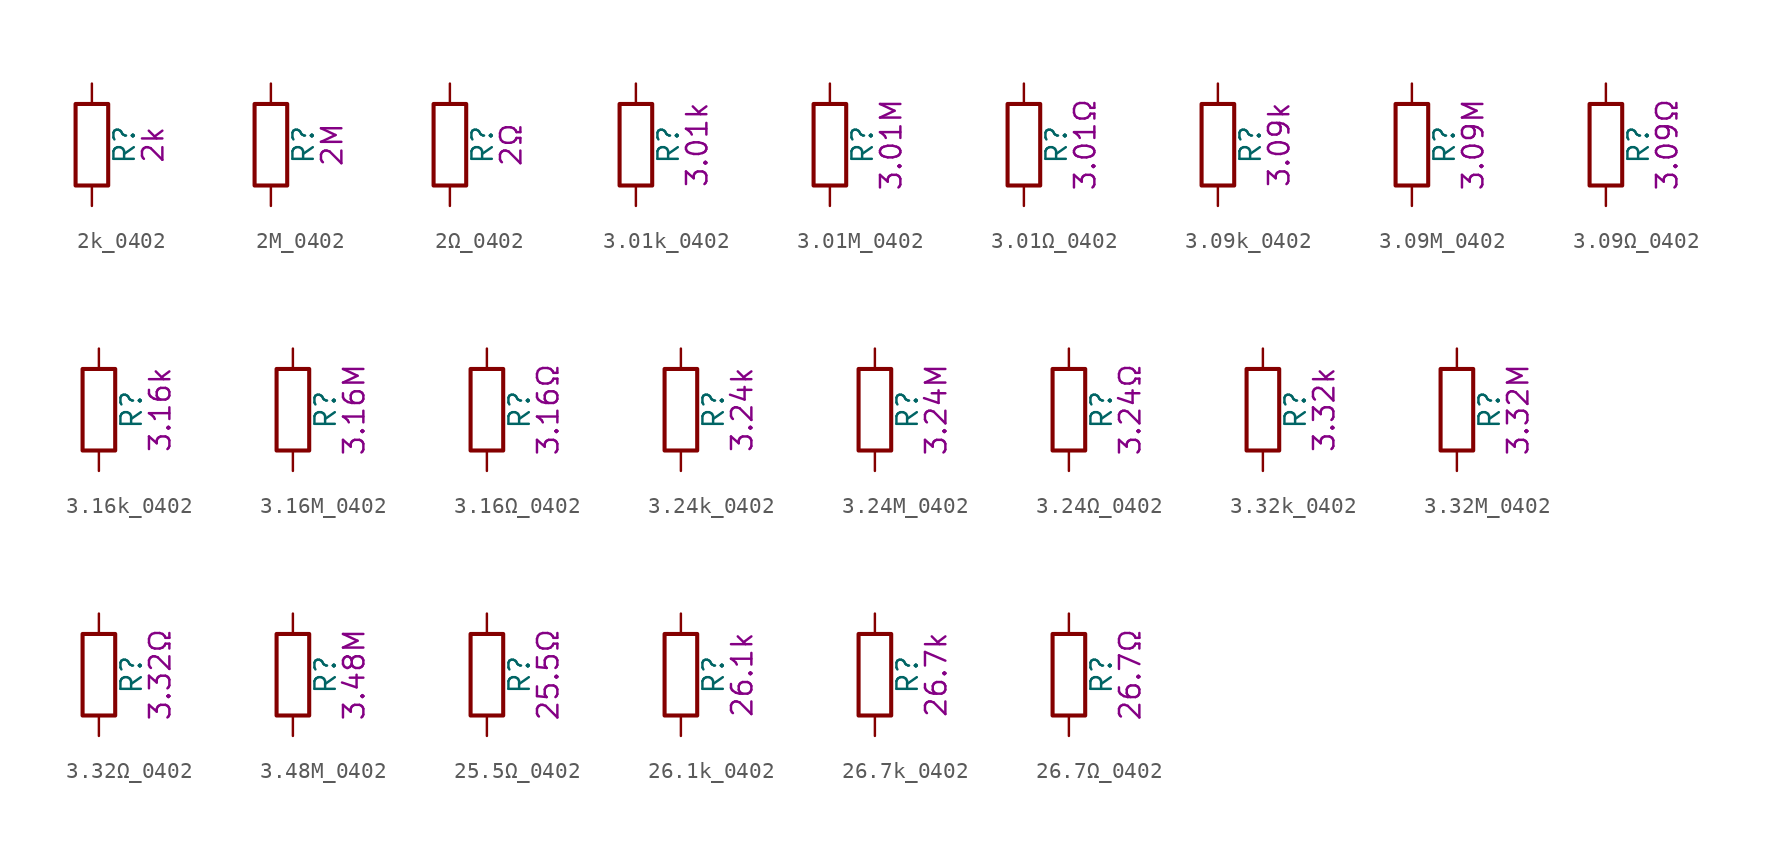
<source format=kicad_sym>
(kicad_symbol_lib
  (version 20211014)
  (generator kicad_symbol_editor)
  (symbol "2k_0402"
    (pin_numbers hide)
    (pin_names
      (offset 0))
    (property "Reference" "R"
      (at 2.032 0 90)
      (effects (font (size 1.27 1.27))))
    (property "Display" "2k"
      (at 3.81 0 90)
      (effects (font (size 1.27 1.27))))
    (symbol "2k_0402_0_1"
      (rectangle (start -1.016 -2.54) (end 1.016 2.54) (stroke (width 0.254) (type default) (color 0 0 0 0)) (fill (type none))))
    (symbol "2k_0402_1_1"
      (pin passive line (at 0 3.81 270) (length 1.27) (name "~" (effects (font (size 1.27 1.27)))) (number "1" (effects (font (size 1.27 1.27)))))
      (pin passive line (at 0 -3.81 90) (length 1.27) (name "~" (effects (font (size 1.27 1.27)))) (number "2" (effects (font (size 1.27 1.27)))))))
  (symbol "2M_0402"
    (pin_numbers hide)
    (pin_names
      (offset 0))
    (property "Reference" "R"
      (at 2.032 0 90)
      (effects (font (size 1.27 1.27))))
    (property "Display" "2M"
      (at 3.81 0 90)
      (effects (font (size 1.27 1.27))))
    (symbol "2M_0402_0_1"
      (rectangle (start -1.016 -2.54) (end 1.016 2.54) (stroke (width 0.254) (type default) (color 0 0 0 0)) (fill (type none))))
    (symbol "2M_0402_1_1"
      (pin passive line (at 0 3.81 270) (length 1.27) (name "~" (effects (font (size 1.27 1.27)))) (number "1" (effects (font (size 1.27 1.27)))))
      (pin passive line (at 0 -3.81 90) (length 1.27) (name "~" (effects (font (size 1.27 1.27)))) (number "2" (effects (font (size 1.27 1.27)))))))
  (symbol "2Ω_0402"
    (pin_numbers hide)
    (pin_names
      (offset 0))
    (property "Reference" "R"
      (at 2.032 0 90)
      (effects (font (size 1.27 1.27))))
    (property "Display" "2Ω"
      (at 3.81 0 90)
      (effects (font (size 1.27 1.27))))
    (symbol "2Ω_0402_0_1"
      (rectangle (start -1.016 -2.54) (end 1.016 2.54) (stroke (width 0.254) (type default) (color 0 0 0 0)) (fill (type none))))
    (symbol "2Ω_0402_1_1"
      (pin passive line (at 0 3.81 270) (length 1.27) (name "~" (effects (font (size 1.27 1.27)))) (number "1" (effects (font (size 1.27 1.27)))))
      (pin passive line (at 0 -3.81 90) (length 1.27) (name "~" (effects (font (size 1.27 1.27)))) (number "2" (effects (font (size 1.27 1.27)))))))
  (symbol "3.01k_0402"
    (pin_numbers hide)
    (pin_names
      (offset 0))
    (property "Reference" "R"
      (at 2.032 0 90)
      (effects (font (size 1.27 1.27))))
    (property "Display" "3.01k"
      (at 3.81 0 90)
      (effects (font (size 1.27 1.27))))
    (symbol "3.01k_0402_0_1"
      (rectangle (start -1.016 -2.54) (end 1.016 2.54) (stroke (width 0.254) (type default) (color 0 0 0 0)) (fill (type none))))
    (symbol "3.01k_0402_1_1"
      (pin passive line (at 0 3.81 270) (length 1.27) (name "~" (effects (font (size 1.27 1.27)))) (number "1" (effects (font (size 1.27 1.27)))))
      (pin passive line (at 0 -3.81 90) (length 1.27) (name "~" (effects (font (size 1.27 1.27)))) (number "2" (effects (font (size 1.27 1.27)))))))
  (symbol "3.01M_0402"
    (pin_numbers hide)
    (pin_names
      (offset 0))
    (property "Reference" "R"
      (at 2.032 0 90)
      (effects (font (size 1.27 1.27))))
    (property "Display" "3.01M"
      (at 3.81 0 90)
      (effects (font (size 1.27 1.27))))
    (symbol "3.01M_0402_0_1"
      (rectangle (start -1.016 -2.54) (end 1.016 2.54) (stroke (width 0.254) (type default) (color 0 0 0 0)) (fill (type none))))
    (symbol "3.01M_0402_1_1"
      (pin passive line (at 0 3.81 270) (length 1.27) (name "~" (effects (font (size 1.27 1.27)))) (number "1" (effects (font (size 1.27 1.27)))))
      (pin passive line (at 0 -3.81 90) (length 1.27) (name "~" (effects (font (size 1.27 1.27)))) (number "2" (effects (font (size 1.27 1.27)))))))
  (symbol "3.01Ω_0402"
    (pin_numbers hide)
    (pin_names
      (offset 0))
    (property "Reference" "R"
      (at 2.032 0 90)
      (effects (font (size 1.27 1.27))))
    (property "Display" "3.01Ω"
      (at 3.81 0 90)
      (effects (font (size 1.27 1.27))))
    (symbol "3.01Ω_0402_0_1"
      (rectangle (start -1.016 -2.54) (end 1.016 2.54) (stroke (width 0.254) (type default) (color 0 0 0 0)) (fill (type none))))
    (symbol "3.01Ω_0402_1_1"
      (pin passive line (at 0 3.81 270) (length 1.27) (name "~" (effects (font (size 1.27 1.27)))) (number "1" (effects (font (size 1.27 1.27)))))
      (pin passive line (at 0 -3.81 90) (length 1.27) (name "~" (effects (font (size 1.27 1.27)))) (number "2" (effects (font (size 1.27 1.27)))))))
  (symbol "3.09k_0402"
    (pin_numbers hide)
    (pin_names
      (offset 0))
    (property "Reference" "R"
      (at 2.032 0 90)
      (effects (font (size 1.27 1.27))))
    (property "Display" "3.09k"
      (at 3.81 0 90)
      (effects (font (size 1.27 1.27))))
    (symbol "3.09k_0402_0_1"
      (rectangle (start -1.016 -2.54) (end 1.016 2.54) (stroke (width 0.254) (type default) (color 0 0 0 0)) (fill (type none))))
    (symbol "3.09k_0402_1_1"
      (pin passive line (at 0 3.81 270) (length 1.27) (name "~" (effects (font (size 1.27 1.27)))) (number "1" (effects (font (size 1.27 1.27)))))
      (pin passive line (at 0 -3.81 90) (length 1.27) (name "~" (effects (font (size 1.27 1.27)))) (number "2" (effects (font (size 1.27 1.27)))))))
  (symbol "3.09M_0402"
    (pin_numbers hide)
    (pin_names
      (offset 0))
    (property "Reference" "R"
      (at 2.032 0 90)
      (effects (font (size 1.27 1.27))))
    (property "Display" "3.09M"
      (at 3.81 0 90)
      (effects (font (size 1.27 1.27))))
    (symbol "3.09M_0402_0_1"
      (rectangle (start -1.016 -2.54) (end 1.016 2.54) (stroke (width 0.254) (type default) (color 0 0 0 0)) (fill (type none))))
    (symbol "3.09M_0402_1_1"
      (pin passive line (at 0 3.81 270) (length 1.27) (name "~" (effects (font (size 1.27 1.27)))) (number "1" (effects (font (size 1.27 1.27)))))
      (pin passive line (at 0 -3.81 90) (length 1.27) (name "~" (effects (font (size 1.27 1.27)))) (number "2" (effects (font (size 1.27 1.27)))))))
  (symbol "3.09Ω_0402"
    (pin_numbers hide)
    (pin_names
      (offset 0))
    (property "Reference" "R"
      (at 2.032 0 90)
      (effects (font (size 1.27 1.27))))
    (property "Display" "3.09Ω"
      (at 3.81 0 90)
      (effects (font (size 1.27 1.27))))
    (symbol "3.09Ω_0402_0_1"
      (rectangle (start -1.016 -2.54) (end 1.016 2.54) (stroke (width 0.254) (type default) (color 0 0 0 0)) (fill (type none))))
    (symbol "3.09Ω_0402_1_1"
      (pin passive line (at 0 3.81 270) (length 1.27) (name "~" (effects (font (size 1.27 1.27)))) (number "1" (effects (font (size 1.27 1.27)))))
      (pin passive line (at 0 -3.81 90) (length 1.27) (name "~" (effects (font (size 1.27 1.27)))) (number "2" (effects (font (size 1.27 1.27)))))))
  (symbol "3.16k_0402"
    (pin_numbers hide)
    (pin_names
      (offset 0))
    (property "Reference" "R"
      (at 2.032 0 90)
      (effects (font (size 1.27 1.27))))
    (property "Display" "3.16k"
      (at 3.81 0 90)
      (effects (font (size 1.27 1.27))))
    (symbol "3.16k_0402_0_1"
      (rectangle (start -1.016 -2.54) (end 1.016 2.54) (stroke (width 0.254) (type default) (color 0 0 0 0)) (fill (type none))))
    (symbol "3.16k_0402_1_1"
      (pin passive line (at 0 3.81 270) (length 1.27) (name "~" (effects (font (size 1.27 1.27)))) (number "1" (effects (font (size 1.27 1.27)))))
      (pin passive line (at 0 -3.81 90) (length 1.27) (name "~" (effects (font (size 1.27 1.27)))) (number "2" (effects (font (size 1.27 1.27)))))))
  (symbol "3.16M_0402"
    (pin_numbers hide)
    (pin_names
      (offset 0))
    (property "Reference" "R"
      (at 2.032 0 90)
      (effects (font (size 1.27 1.27))))
    (property "Display" "3.16M"
      (at 3.81 0 90)
      (effects (font (size 1.27 1.27))))
    (symbol "3.16M_0402_0_1"
      (rectangle (start -1.016 -2.54) (end 1.016 2.54) (stroke (width 0.254) (type default) (color 0 0 0 0)) (fill (type none))))
    (symbol "3.16M_0402_1_1"
      (pin passive line (at 0 3.81 270) (length 1.27) (name "~" (effects (font (size 1.27 1.27)))) (number "1" (effects (font (size 1.27 1.27)))))
      (pin passive line (at 0 -3.81 90) (length 1.27) (name "~" (effects (font (size 1.27 1.27)))) (number "2" (effects (font (size 1.27 1.27)))))))
  (symbol "3.16Ω_0402"
    (pin_numbers hide)
    (pin_names
      (offset 0))
    (property "Reference" "R"
      (at 2.032 0 90)
      (effects (font (size 1.27 1.27))))
    (property "Display" "3.16Ω"
      (at 3.81 0 90)
      (effects (font (size 1.27 1.27))))
    (symbol "3.16Ω_0402_0_1"
      (rectangle (start -1.016 -2.54) (end 1.016 2.54) (stroke (width 0.254) (type default) (color 0 0 0 0)) (fill (type none))))
    (symbol "3.16Ω_0402_1_1"
      (pin passive line (at 0 3.81 270) (length 1.27) (name "~" (effects (font (size 1.27 1.27)))) (number "1" (effects (font (size 1.27 1.27)))))
      (pin passive line (at 0 -3.81 90) (length 1.27) (name "~" (effects (font (size 1.27 1.27)))) (number "2" (effects (font (size 1.27 1.27)))))))
  (symbol "3.24k_0402"
    (pin_numbers hide)
    (pin_names
      (offset 0))
    (property "Reference" "R"
      (at 2.032 0 90)
      (effects (font (size 1.27 1.27))))
    (property "Display" "3.24k"
      (at 3.81 0 90)
      (effects (font (size 1.27 1.27))))
    (symbol "3.24k_0402_0_1"
      (rectangle (start -1.016 -2.54) (end 1.016 2.54) (stroke (width 0.254) (type default) (color 0 0 0 0)) (fill (type none))))
    (symbol "3.24k_0402_1_1"
      (pin passive line (at 0 3.81 270) (length 1.27) (name "~" (effects (font (size 1.27 1.27)))) (number "1" (effects (font (size 1.27 1.27)))))
      (pin passive line (at 0 -3.81 90) (length 1.27) (name "~" (effects (font (size 1.27 1.27)))) (number "2" (effects (font (size 1.27 1.27)))))))
  (symbol "3.24M_0402"
    (pin_numbers hide)
    (pin_names
      (offset 0))
    (property "Reference" "R"
      (at 2.032 0 90)
      (effects (font (size 1.27 1.27))))
    (property "Display" "3.24M"
      (at 3.81 0 90)
      (effects (font (size 1.27 1.27))))
    (symbol "3.24M_0402_0_1"
      (rectangle (start -1.016 -2.54) (end 1.016 2.54) (stroke (width 0.254) (type default) (color 0 0 0 0)) (fill (type none))))
    (symbol "3.24M_0402_1_1"
      (pin passive line (at 0 3.81 270) (length 1.27) (name "~" (effects (font (size 1.27 1.27)))) (number "1" (effects (font (size 1.27 1.27)))))
      (pin passive line (at 0 -3.81 90) (length 1.27) (name "~" (effects (font (size 1.27 1.27)))) (number "2" (effects (font (size 1.27 1.27)))))))
  (symbol "3.24Ω_0402"
    (pin_numbers hide)
    (pin_names
      (offset 0))
    (property "Reference" "R"
      (at 2.032 0 90)
      (effects (font (size 1.27 1.27))))
    (property "Display" "3.24Ω"
      (at 3.81 0 90)
      (effects (font (size 1.27 1.27))))
    (symbol "3.24Ω_0402_0_1"
      (rectangle (start -1.016 -2.54) (end 1.016 2.54) (stroke (width 0.254) (type default) (color 0 0 0 0)) (fill (type none))))
    (symbol "3.24Ω_0402_1_1"
      (pin passive line (at 0 3.81 270) (length 1.27) (name "~" (effects (font (size 1.27 1.27)))) (number "1" (effects (font (size 1.27 1.27)))))
      (pin passive line (at 0 -3.81 90) (length 1.27) (name "~" (effects (font (size 1.27 1.27)))) (number "2" (effects (font (size 1.27 1.27)))))))
  (symbol "3.32k_0402"
    (pin_numbers hide)
    (pin_names
      (offset 0))
    (property "Reference" "R"
      (at 2.032 0 90)
      (effects (font (size 1.27 1.27))))
    (property "Display" "3.32k"
      (at 3.81 0 90)
      (effects (font (size 1.27 1.27))))
    (symbol "3.32k_0402_0_1"
      (rectangle (start -1.016 -2.54) (end 1.016 2.54) (stroke (width 0.254) (type default) (color 0 0 0 0)) (fill (type none))))
    (symbol "3.32k_0402_1_1"
      (pin passive line (at 0 3.81 270) (length 1.27) (name "~" (effects (font (size 1.27 1.27)))) (number "1" (effects (font (size 1.27 1.27)))))
      (pin passive line (at 0 -3.81 90) (length 1.27) (name "~" (effects (font (size 1.27 1.27)))) (number "2" (effects (font (size 1.27 1.27)))))))
  (symbol "3.32M_0402"
    (pin_numbers hide)
    (pin_names
      (offset 0))
    (property "Reference" "R"
      (at 2.032 0 90)
      (effects (font (size 1.27 1.27))))
    (property "Display" "3.32M"
      (at 3.81 0 90)
      (effects (font (size 1.27 1.27))))
    (symbol "3.32M_0402_0_1"
      (rectangle (start -1.016 -2.54) (end 1.016 2.54) (stroke (width 0.254) (type default) (color 0 0 0 0)) (fill (type none))))
    (symbol "3.32M_0402_1_1"
      (pin passive line (at 0 3.81 270) (length 1.27) (name "~" (effects (font (size 1.27 1.27)))) (number "1" (effects (font (size 1.27 1.27)))))
      (pin passive line (at 0 -3.81 90) (length 1.27) (name "~" (effects (font (size 1.27 1.27)))) (number "2" (effects (font (size 1.27 1.27)))))))
  (symbol "3.32Ω_0402"
    (pin_numbers hide)
    (pin_names
      (offset 0))
    (property "Reference" "R"
      (at 2.032 0 90)
      (effects (font (size 1.27 1.27))))
    (property "Display" "3.32Ω"
      (at 3.81 0 90)
      (effects (font (size 1.27 1.27))))
    (symbol "3.32Ω_0402_0_1"
      (rectangle (start -1.016 -2.54) (end 1.016 2.54) (stroke (width 0.254) (type default) (color 0 0 0 0)) (fill (type none))))
    (symbol "3.32Ω_0402_1_1"
      (pin passive line (at 0 3.81 270) (length 1.27) (name "~" (effects (font (size 1.27 1.27)))) (number "1" (effects (font (size 1.27 1.27)))))
      (pin passive line (at 0 -3.81 90) (length 1.27) (name "~" (effects (font (size 1.27 1.27)))) (number "2" (effects (font (size 1.27 1.27)))))))
  (symbol "3.48M_0402"
    (pin_numbers hide)
    (pin_names
      (offset 0))
    (property "Reference" "R"
      (at 2.032 0 90)
      (effects (font (size 1.27 1.27))))
    (property "Display" "3.48M"
      (at 3.81 0 90)
      (effects (font (size 1.27 1.27))))
    (symbol "3.48M_0402_0_1"
      (rectangle (start -1.016 -2.54) (end 1.016 2.54) (stroke (width 0.254) (type default) (color 0 0 0 0)) (fill (type none))))
    (symbol "3.48M_0402_1_1"
      (pin passive line (at 0 3.81 270) (length 1.27) (name "~" (effects (font (size 1.27 1.27)))) (number "1" (effects (font (size 1.27 1.27)))))
      (pin passive line (at 0 -3.81 90) (length 1.27) (name "~" (effects (font (size 1.27 1.27)))) (number "2" (effects (font (size 1.27 1.27)))))))
  (symbol "25.5Ω_0402"
    (pin_numbers hide)
    (pin_names
      (offset 0))
    (property "Reference" "R"
      (at 2.032 0 90)
      (effects (font (size 1.27 1.27))))
    (property "Display" "25.5Ω"
      (at 3.81 0 90)
      (effects (font (size 1.27 1.27))))
    (symbol "25.5Ω_0402_0_1"
      (rectangle (start -1.016 -2.54) (end 1.016 2.54) (stroke (width 0.254) (type default) (color 0 0 0 0)) (fill (type none))))
    (symbol "25.5Ω_0402_1_1"
      (pin passive line (at 0 3.81 270) (length 1.27) (name "~" (effects (font (size 1.27 1.27)))) (number "1" (effects (font (size 1.27 1.27)))))
      (pin passive line (at 0 -3.81 90) (length 1.27) (name "~" (effects (font (size 1.27 1.27)))) (number "2" (effects (font (size 1.27 1.27)))))))
  (symbol "26.1k_0402"
    (pin_numbers hide)
    (pin_names
      (offset 0))
    (property "Reference" "R"
      (at 2.032 0 90)
      (effects (font (size 1.27 1.27))))
    (property "Display" "26.1k"
      (at 3.81 0 90)
      (effects (font (size 1.27 1.27))))
    (symbol "26.1k_0402_0_1"
      (rectangle (start -1.016 -2.54) (end 1.016 2.54) (stroke (width 0.254) (type default) (color 0 0 0 0)) (fill (type none))))
    (symbol "26.1k_0402_1_1"
      (pin passive line (at 0 3.81 270) (length 1.27) (name "~" (effects (font (size 1.27 1.27)))) (number "1" (effects (font (size 1.27 1.27)))))
      (pin passive line (at 0 -3.81 90) (length 1.27) (name "~" (effects (font (size 1.27 1.27)))) (number "2" (effects (font (size 1.27 1.27)))))))
  (symbol "26.7k_0402"
    (pin_numbers hide)
    (pin_names
      (offset 0))
    (property "Reference" "R"
      (at 2.032 0 90)
      (effects (font (size 1.27 1.27))))
    (property "Display" "26.7k"
      (at 3.81 0 90)
      (effects (font (size 1.27 1.27))))
    (symbol "26.7k_0402_0_1"
      (rectangle (start -1.016 -2.54) (end 1.016 2.54) (stroke (width 0.254) (type default) (color 0 0 0 0)) (fill (type none))))
    (symbol "26.7k_0402_1_1"
      (pin passive line (at 0 3.81 270) (length 1.27) (name "~" (effects (font (size 1.27 1.27)))) (number "1" (effects (font (size 1.27 1.27)))))
      (pin passive line (at 0 -3.81 90) (length 1.27) (name "~" (effects (font (size 1.27 1.27)))) (number "2" (effects (font (size 1.27 1.27)))))))
  (symbol "26.7Ω_0402"
    (pin_numbers hide)
    (pin_names
      (offset 0))
    (property "Reference" "R"
      (at 2.032 0 90)
      (effects (font (size 1.27 1.27))))
    (property "Display" "26.7Ω"
      (at 3.81 0 90)
      (effects (font (size 1.27 1.27))))
    (symbol "26.7Ω_0402_0_1"
      (rectangle (start -1.016 -2.54) (end 1.016 2.54) (stroke (width 0.254) (type default) (color 0 0 0 0)) (fill (type none))))
    (symbol "26.7Ω_0402_1_1"
      (pin passive line (at 0 3.81 270) (length 1.27) (name "~" (effects (font (size 1.27 1.27)))) (number "1" (effects (font (size 1.27 1.27)))))
      (pin passive line (at 0 -3.81 90) (length 1.27) (name "~" (effects (font (size 1.27 1.27)))) (number "2" (effects (font (size 1.27 1.27))))))))
</source>
